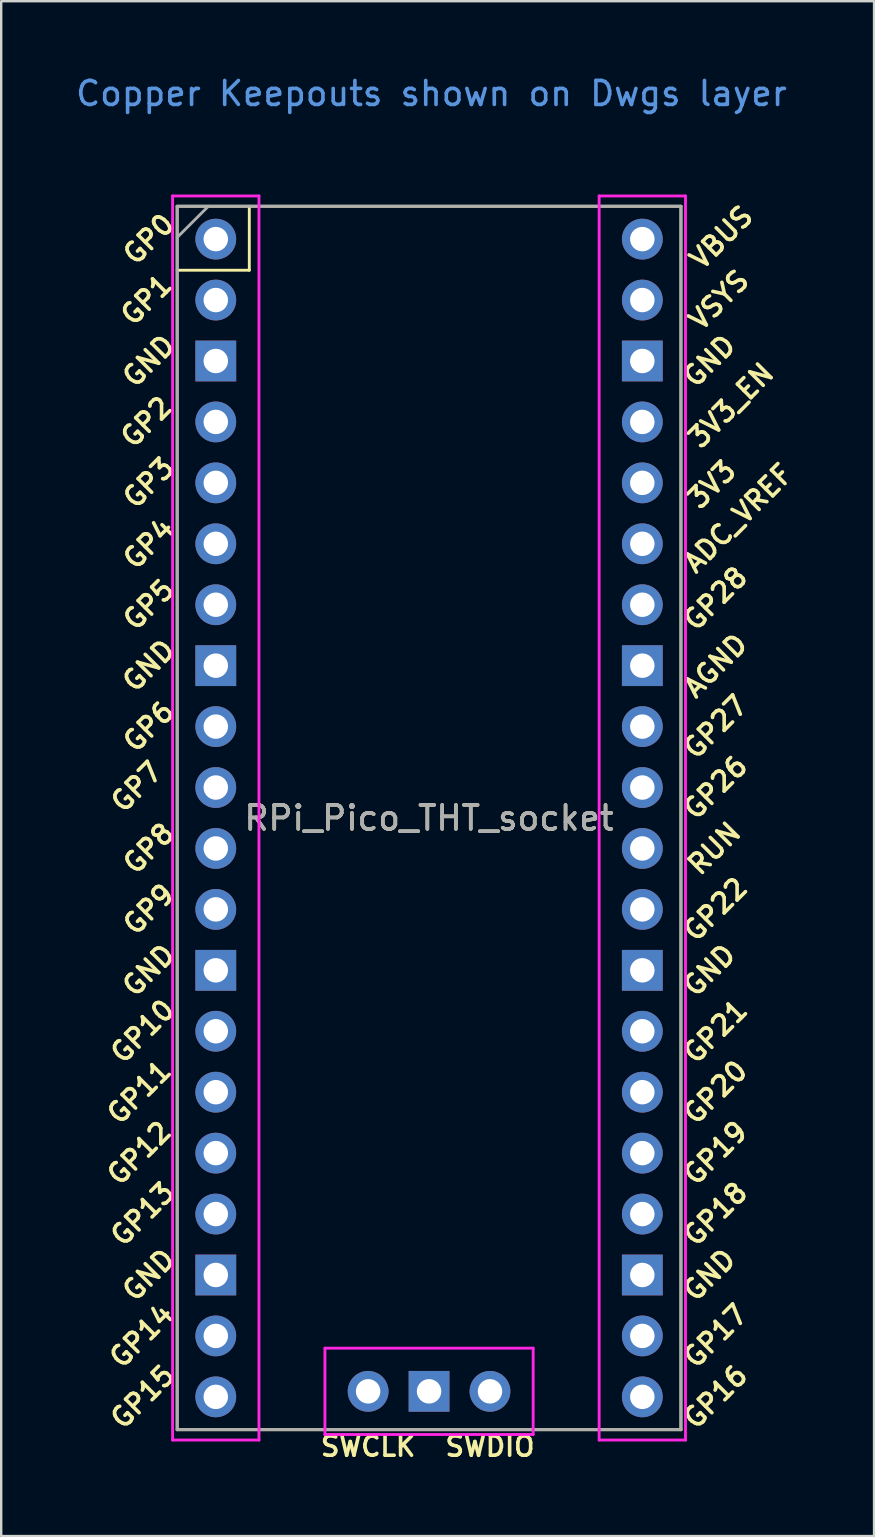
<source format=kicad_pcb>
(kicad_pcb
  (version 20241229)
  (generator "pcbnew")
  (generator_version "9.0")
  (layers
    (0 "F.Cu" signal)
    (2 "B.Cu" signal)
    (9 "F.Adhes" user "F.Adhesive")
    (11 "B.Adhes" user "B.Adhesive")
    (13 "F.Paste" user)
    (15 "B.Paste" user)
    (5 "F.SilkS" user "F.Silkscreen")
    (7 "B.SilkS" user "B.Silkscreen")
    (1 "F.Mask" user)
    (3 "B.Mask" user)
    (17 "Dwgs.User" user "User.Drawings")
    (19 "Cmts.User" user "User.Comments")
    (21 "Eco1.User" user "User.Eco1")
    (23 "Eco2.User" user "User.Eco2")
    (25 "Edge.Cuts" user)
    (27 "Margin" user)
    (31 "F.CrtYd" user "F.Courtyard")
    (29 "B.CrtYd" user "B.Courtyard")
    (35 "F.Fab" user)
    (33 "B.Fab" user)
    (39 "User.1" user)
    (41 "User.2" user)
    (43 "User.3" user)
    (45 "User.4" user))
  (footprint "RPi_Pico_THT_socket"
    (layer "F.Cu")
    (at 14.835 31.048)
    (property "Reference" "RPi_Pico_THT_socket" (at 0 0 0) (layer "F.SilkS") (effects (font (size 1 1) (thickness 0.15))))
    (attr through_hole)
    (fp_line (start -10.5 -25.5) (end -10.5 25.5) (stroke (width 0.12) (type solid)) (layer "F.SilkS"))
    (fp_line (start -10.5 -25.5) (end 10.5 -25.5) (stroke (width 0.12) (type solid)) (layer "F.SilkS"))
    (fp_line (start -10.5 -22.833) (end -7.493 -22.833) (stroke (width 0.12) (type solid)) (layer "F.SilkS"))
    (fp_line (start -7.493 -22.833) (end -7.493 -25.5) (stroke (width 0.12) (type solid)) (layer "F.SilkS"))
    (fp_line (start 10.5 -25.5) (end 10.5 25.5) (stroke (width 0.12) (type solid)) (layer "F.SilkS"))
    (fp_line (start 10.5 25.5) (end -10.5 25.5) (stroke (width 0.12) (type solid)) (layer "F.SilkS"))
    (fp_line (start -10.69 -25.93) (end -7.09 -25.93) (stroke (width 0.12) (type solid)) (layer "F.CrtYd"))
    (fp_line (start -10.69 25.93) (end -10.69 -25.93) (stroke (width 0.12) (type solid)) (layer "F.CrtYd"))
    (fp_line (start -7.09 25.93) (end -10.69 25.93) (stroke (width 0.12) (type solid)) (layer "F.CrtYd"))
    (fp_line (start -7.09 25.93) (end -7.09 -25.93) (stroke (width 0.12) (type solid)) (layer "F.CrtYd"))
    (fp_line (start -4.34 25.7) (end -4.34 22.1) (stroke (width 0.12) (type solid)) (layer "F.CrtYd"))
    (fp_line (start 4.34 22.1) (end -4.34 22.1) (stroke (width 0.12) (type solid)) (layer "F.CrtYd"))
    (fp_line (start 4.34 25.7) (end -4.34 25.7) (stroke (width 0.12) (type solid)) (layer "F.CrtYd"))
    (fp_line (start 4.34 25.7) (end 4.34 22.1) (stroke (width 0.12) (type solid)) (layer "F.CrtYd"))
    (fp_line (start 7.09 -25.93) (end 7.09 25.93) (stroke (width 0.12) (type solid)) (layer "F.CrtYd"))
    (fp_line (start 7.09 -25.93) (end 10.69 -25.93) (stroke (width 0.12) (type solid)) (layer "F.CrtYd"))
    (fp_line (start 10.69 -25.93) (end 10.69 25.93) (stroke (width 0.12) (type solid)) (layer "F.CrtYd"))
    (fp_line (start 10.69 25.93) (end 7.09 25.93) (stroke (width 0.12) (type solid)) (layer "F.CrtYd"))
    (fp_line (start -10.5 -25.5) (end 10.5 -25.5) (stroke (width 0.12) (type solid)) (layer "F.Fab"))
    (fp_line (start -10.5 -24.2) (end -9.2 -25.5) (stroke (width 0.12) (type solid)) (layer "F.Fab"))
    (fp_line (start -10.5 25.5) (end -10.5 -25.5) (stroke (width 0.12) (type solid)) (layer "F.Fab"))
    (fp_line (start 10.5 -25.5) (end 10.5 25.5) (stroke (width 0.12) (type solid)) (layer "F.Fab"))
    (fp_line (start 10.5 25.5) (end -10.5 25.5) (stroke (width 0.12) (type solid)) (layer "F.Fab"))
    (fp_text user "GND" (at -11.684 6.35 45) (layer "F.SilkS") (effects (font (size 0.8 0.8) (thickness 0.15))))
    (fp_text user "GND" (at 11.684 19.05 45) (layer "F.SilkS") (effects (font (size 0.8 0.8) (thickness 0.15))))
    (fp_text user "GP13" (at -11.938 16.51 45) (layer "F.SilkS") (effects (font (size 0.8 0.8) (thickness 0.15))))
    (fp_text user "GP3" (at -11.684 -13.97 45) (layer "F.SilkS") (effects (font (size 0.8 0.8) (thickness 0.15))))
    (fp_text user "GND" (at 11.684 6.35 45) (layer "F.SilkS") (effects (font (size 0.8 0.8) (thickness 0.15))))
    (fp_text user "GP12" (at -12.084 13.97 45) (layer "F.SilkS") (effects (font (size 0.8 0.8) (thickness 0.15))))
    (fp_text user "GP22" (at 11.938 3.81 45) (layer "F.SilkS") (effects (font (size 0.8 0.8) (thickness 0.15))))
    (fp_text user "SWDIO" (at 2.54 26.2 0) (layer "F.SilkS") (effects (font (size 0.8 0.8) (thickness 0.15))))
    (fp_text user "GP26" (at 11.938 -1.27 45) (layer "F.SilkS") (effects (font (size 0.8 0.8) (thickness 0.15))))
    (fp_text user "GP0" (at -11.684 -24.13 45) (layer "F.SilkS") (effects (font (size 0.8 0.8) (thickness 0.15))))
    (fp_text user "GND" (at 11.684 -19.05 45) (layer "F.SilkS") (effects (font (size 0.8 0.8) (thickness 0.15))))
    (fp_text user "GP20" (at 11.938 11.43 45) (layer "F.SilkS") (effects (font (size 0.8 0.8) (thickness 0.15))))
    (fp_text user "GND" (at -11.684 19.05 45) (layer "F.SilkS") (effects (font (size 0.8 0.8) (thickness 0.15))))
    (fp_text user "GP21" (at 11.938 8.9 45) (layer "F.SilkS") (effects (font (size 0.8 0.8) (thickness 0.15))))
    (fp_text user "GP18" (at 11.938 16.51 45) (layer "F.SilkS") (effects (font (size 0.8 0.8) (thickness 0.15))))
    (fp_text user "GP9" (at -11.684 3.81 45) (layer "F.SilkS") (effects (font (size 0.8 0.8) (thickness 0.15))))
    (fp_text user "GP16" (at 11.938 24.13 45) (layer "F.SilkS") (effects (font (size 0.8 0.8) (thickness 0.15))))
    (fp_text user "VSYS" (at 12.084 -21.59 45) (layer "F.SilkS") (effects (font (size 0.8 0.8) (thickness 0.15))))
    (fp_text user "AGND" (at 11.938 -6.35 45) (layer "F.SilkS") (effects (font (size 0.8 0.8) (thickness 0.15))))
    (fp_text user "GP10" (at -11.938 8.89 45) (layer "F.SilkS") (effects (font (size 0.8 0.8) (thickness 0.15))))
    (fp_text user "SWCLK" (at -2.54 26.2 0) (layer "F.SilkS") (effects (font (size 0.8 0.8) (thickness 0.15))))
    (fp_text user "GP14" (at -11.984 21.59 45) (layer "F.SilkS") (effects (font (size 0.8 0.8) (thickness 0.15))))
    (fp_text user "GP7" (at -12.192 -1.3 45) (layer "F.SilkS") (effects (font (size 0.8 0.8) (thickness 0.15))))
    (fp_text user "RUN" (at 11.884 1.27 45) (layer "F.SilkS") (effects (font (size 0.8 0.8) (thickness 0.15))))
    (fp_text user "GP28" (at 11.938 -9.144 45) (layer "F.SilkS") (effects (font (size 0.8 0.8) (thickness 0.15))))
    (fp_text user "VBUS" (at 12.184 -24.2 45) (layer "F.SilkS") (effects (font (size 0.8 0.8) (thickness 0.15))))
    (fp_text user "GP8" (at -11.684 1.27 45) (layer "F.SilkS") (effects (font (size 0.8 0.8) (thickness 0.15))))
    (fp_text user "GP5" (at -11.684 -8.89 45) (layer "F.SilkS") (effects (font (size 0.8 0.8) (thickness 0.15))))
    (fp_text user "GP27" (at 11.938 -3.8 45) (layer "F.SilkS") (effects (font (size 0.8 0.8) (thickness 0.15))))
    (fp_text user "GP19" (at 11.938 13.97 45) (layer "F.SilkS") (effects (font (size 0.8 0.8) (thickness 0.15))))
    (fp_text user "GP15" (at -11.938 24.13 45) (layer "F.SilkS") (effects (font (size 0.8 0.8) (thickness 0.15))))
    (fp_text user "GP2" (at -11.784 -16.51 45) (layer "F.SilkS") (effects (font (size 0.8 0.8) (thickness 0.15))))
    (fp_text user "GP17" (at 11.938 21.59 45) (layer "F.SilkS") (effects (font (size 0.8 0.8) (thickness 0.15))))
    (fp_text user "GND" (at -11.684 -6.35 45) (layer "F.SilkS") (effects (font (size 0.8 0.8) (thickness 0.15))))
    (fp_text user "3V3_EN" (at 12.584 -17.2 45) (layer "F.SilkS") (effects (font (size 0.8 0.8) (thickness 0.15))))
    (fp_text user "GP4" (at -11.684 -11.43 45) (layer "F.SilkS") (effects (font (size 0.8 0.8) (thickness 0.15))))
    (fp_text user "GND" (at -11.684 -19.05 45) (layer "F.SilkS") (effects (font (size 0.8 0.8) (thickness 0.15))))
    (fp_text user "GP1" (at -11.784 -21.6 45) (layer "F.SilkS") (effects (font (size 0.8 0.8) (thickness 0.15))))
    (fp_text user "GP11" (at -12.084 11.43 45) (layer "F.SilkS") (effects (font (size 0.8 0.8) (thickness 0.15))))
    (fp_text user "3V3" (at 11.784 -13.9 45) (layer "F.SilkS") (effects (font (size 0.8 0.8) (thickness 0.15))))
    (fp_text user "ADC_VREF" (at 12.884 -12.5 45) (layer "F.SilkS") (effects (font (size 0.8 0.8) (thickness 0.15))))
    (fp_text user "GP6" (at -11.684 -3.81 45) (layer "F.SilkS") (effects (font (size 0.8 0.8) (thickness 0.15))))
    (fp_text user "Copper Keepouts shown on Dwgs layer" (at 0.1 -30.2 0) (layer "Cmts.User") (effects (font (size 1 1) (thickness 0.15))))
    (fp_text user "${REFERENCE}" (at 0 0 180) (layer "F.Fab") (effects (font (size 1 1) (thickness 0.15))))
    (pad "1" thru_hole oval (at -8.89 -24.13) (size 1.7 1.7) (drill 1.02) (layers "*.Cu" "*.Mask"))
    (pad "2" thru_hole oval (at -8.89 -21.59) (size 1.7 1.7) (drill 1.02) (layers "*.Cu" "*.Mask"))
    (pad "3" thru_hole rect (at -8.89 -19.05) (size 1.7 1.7) (drill 1.02) (layers "*.Cu" "*.Mask"))
    (pad "4" thru_hole oval (at -8.89 -16.51) (size 1.7 1.7) (drill 1.02) (layers "*.Cu" "*.Mask"))
    (pad "5" thru_hole oval (at -8.89 -13.97) (size 1.7 1.7) (drill 1.02) (layers "*.Cu" "*.Mask"))
    (pad "6" thru_hole oval (at -8.89 -11.43) (size 1.7 1.7) (drill 1.02) (layers "*.Cu" "*.Mask"))
    (pad "7" thru_hole oval (at -8.89 -8.89) (size 1.7 1.7) (drill 1.02) (layers "*.Cu" "*.Mask"))
    (pad "8" thru_hole rect (at -8.89 -6.35) (size 1.7 1.7) (drill 1.02) (layers "*.Cu" "*.Mask"))
    (pad "9" thru_hole oval (at -8.89 -3.81) (size 1.7 1.7) (drill 1.02) (layers "*.Cu" "*.Mask"))
    (pad "10" thru_hole oval (at -8.89 -1.27) (size 1.7 1.7) (drill 1.02) (layers "*.Cu" "*.Mask"))
    (pad "11" thru_hole oval (at -8.89 1.27) (size 1.7 1.7) (drill 1.02) (layers "*.Cu" "*.Mask"))
    (pad "12" thru_hole oval (at -8.89 3.81) (size 1.7 1.7) (drill 1.02) (layers "*.Cu" "*.Mask"))
    (pad "13" thru_hole rect (at -8.89 6.35) (size 1.7 1.7) (drill 1.02) (layers "*.Cu" "*.Mask"))
    (pad "14" thru_hole oval (at -8.89 8.89) (size 1.7 1.7) (drill 1.02) (layers "*.Cu" "*.Mask"))
    (pad "15" thru_hole oval (at -8.89 11.43) (size 1.7 1.7) (drill 1.02) (layers "*.Cu" "*.Mask"))
    (pad "16" thru_hole oval (at -8.89 13.97) (size 1.7 1.7) (drill 1.02) (layers "*.Cu" "*.Mask"))
    (pad "17" thru_hole oval (at -8.89 16.51) (size 1.7 1.7) (drill 1.02) (layers "*.Cu" "*.Mask"))
    (pad "18" thru_hole rect (at -8.89 19.05) (size 1.7 1.7) (drill 1.02) (layers "*.Cu" "*.Mask"))
    (pad "19" thru_hole oval (at -8.89 21.59) (size 1.7 1.7) (drill 1.02) (layers "*.Cu" "*.Mask"))
    (pad "20" thru_hole oval (at -8.89 24.13) (size 1.7 1.7) (drill 1.02) (layers "*.Cu" "*.Mask"))
    (pad "21" thru_hole oval (at 8.89 24.13) (size 1.7 1.7) (drill 1.02) (layers "*.Cu" "*.Mask"))
    (pad "22" thru_hole oval (at 8.89 21.59) (size 1.7 1.7) (drill 1.02) (layers "*.Cu" "*.Mask"))
    (pad "23" thru_hole rect (at 8.89 19.05) (size 1.7 1.7) (drill 1.02) (layers "*.Cu" "*.Mask"))
    (pad "24" thru_hole oval (at 8.89 16.51) (size 1.7 1.7) (drill 1.02) (layers "*.Cu" "*.Mask"))
    (pad "25" thru_hole oval (at 8.89 13.97) (size 1.7 1.7) (drill 1.02) (layers "*.Cu" "*.Mask"))
    (pad "26" thru_hole oval (at 8.89 11.43) (size 1.7 1.7) (drill 1.02) (layers "*.Cu" "*.Mask"))
    (pad "27" thru_hole oval (at 8.89 8.89) (size 1.7 1.7) (drill 1.02) (layers "*.Cu" "*.Mask"))
    (pad "28" thru_hole rect (at 8.89 6.35) (size 1.7 1.7) (drill 1.02) (layers "*.Cu" "*.Mask"))
    (pad "29" thru_hole oval (at 8.89 3.81) (size 1.7 1.7) (drill 1.02) (layers "*.Cu" "*.Mask"))
    (pad "30" thru_hole oval (at 8.89 1.27) (size 1.7 1.7) (drill 1.02) (layers "*.Cu" "*.Mask"))
    (pad "31" thru_hole oval (at 8.89 -1.27) (size 1.7 1.7) (drill 1.02) (layers "*.Cu" "*.Mask"))
    (pad "32" thru_hole oval (at 8.89 -3.81) (size 1.7 1.7) (drill 1.02) (layers "*.Cu" "*.Mask"))
    (pad "33" thru_hole rect (at 8.89 -6.35) (size 1.7 1.7) (drill 1.02) (layers "*.Cu" "*.Mask"))
    (pad "34" thru_hole oval (at 8.89 -8.89) (size 1.7 1.7) (drill 1.02) (layers "*.Cu" "*.Mask"))
    (pad "35" thru_hole oval (at 8.89 -11.43) (size 1.7 1.7) (drill 1.02) (layers "*.Cu" "*.Mask"))
    (pad "36" thru_hole oval (at 8.89 -13.97) (size 1.7 1.7) (drill 1.02) (layers "*.Cu" "*.Mask"))
    (pad "37" thru_hole oval (at 8.89 -16.51) (size 1.7 1.7) (drill 1.02) (layers "*.Cu" "*.Mask"))
    (pad "38" thru_hole rect (at 8.89 -19.05) (size 1.7 1.7) (drill 1.02) (layers "*.Cu" "*.Mask"))
    (pad "39" thru_hole oval (at 8.89 -21.59) (size 1.7 1.7) (drill 1.02) (layers "*.Cu" "*.Mask"))
    (pad "40" thru_hole oval (at 8.89 -24.13) (size 1.7 1.7) (drill 1.02) (layers "*.Cu" "*.Mask"))
    (pad "41" thru_hole oval (at -2.54 23.9) (size 1.7 1.7) (drill 1.02) (layers "*.Cu" "*.Mask"))
    (pad "42" thru_hole rect (at 0 23.9) (size 1.7 1.7) (drill 1.02) (layers "*.Cu" "*.Mask"))
    (pad "43" thru_hole oval (at 2.54 23.9) (size 1.7 1.7) (drill 1.02) (layers "*.Cu" "*.Mask")))
  (gr_rect
    (start -3 -3)
    (end 33.385 60.98)
    (stroke (width 0.1) (type default))
    (fill no)
    (layer "Edge.Cuts")))
</source>
